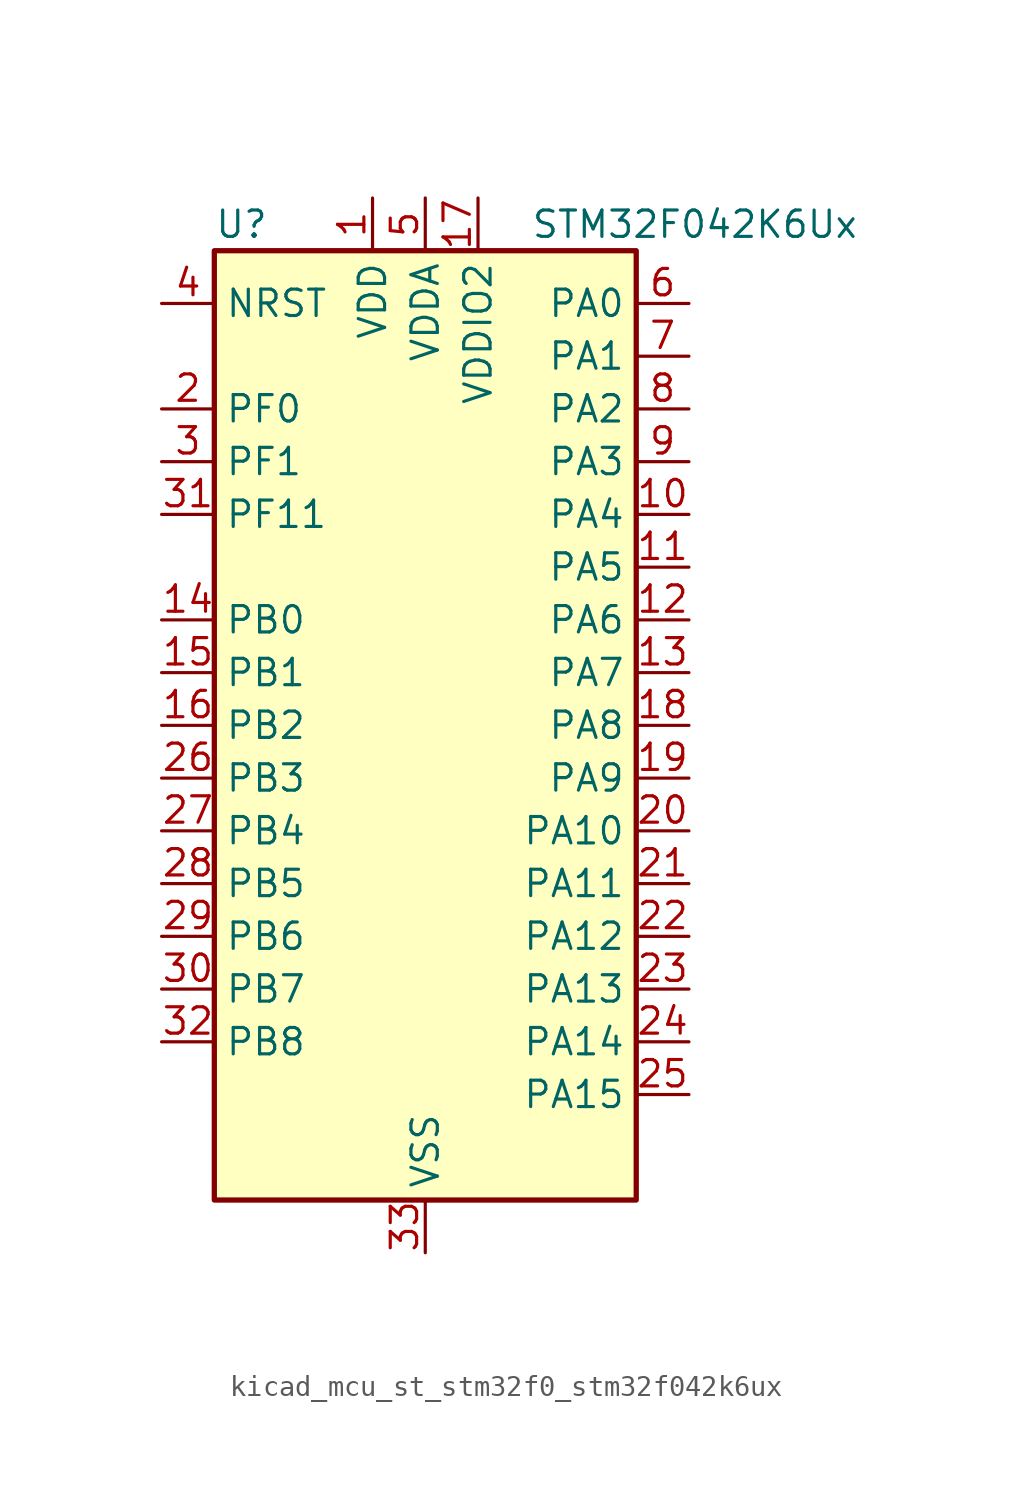
<source format=kicad_sym>
(kicad_symbol_lib
  (version 20220914)
  (generator kicad_symbol_editor)
  (symbol "kicad_mcu_st_stm32f0_stm32f042k6ux"
    (property "Reference" "U"
      (at -10.16 24.13 0)
      (effects (font (size 1.27 1.27)) (justify left)))
    (property "Value" "STM32F042K6Ux"
      (at 5.08 24.13 0)
      (effects (font (size 1.27 1.27)) (justify left)))
    (property "ki_locked" ""
      (at 0 0 0)
      (effects (font (size 1.27 1.27))))
    (symbol "kicad_mcu_st_stm32f0_stm32f042k6ux_0_1"
      (rectangle (start -10.16 -22.86) (end 10.16 22.86) (stroke (width 0.254) (type default)) (fill (type background))))
    (symbol "kicad_mcu_st_stm32f0_stm32f042k6ux_1_1"
      (pin power_in line (at -2.54 25.4 270) (length 2.54) (name "VDD" (effects (font (size 1.27 1.27)))) (number "1" (effects (font (size 1.27 1.27)))))
      (pin bidirectional line (at 12.7 10.16 180) (length 2.54) (name "PA4" (effects (font (size 1.27 1.27)))) (number "10" (effects (font (size 1.27 1.27)))) (alternate "ADC_IN4" bidirectional line) (alternate "I2S1_WS" bidirectional line) (alternate "SPI1_NSS" bidirectional line) (alternate "TIM14_CH1" bidirectional line) (alternate "TSC_G2_IO1" bidirectional line) (alternate "USART2_CK" bidirectional line) (alternate "USB_NOE" bidirectional line))
      (pin bidirectional line (at 12.7 7.62 180) (length 2.54) (name "PA5" (effects (font (size 1.27 1.27)))) (number "11" (effects (font (size 1.27 1.27)))) (alternate "ADC_IN5" bidirectional line) (alternate "CEC" bidirectional line) (alternate "I2S1_CK" bidirectional line) (alternate "SPI1_SCK" bidirectional line) (alternate "TIM2_CH1" bidirectional line) (alternate "TIM2_ETR" bidirectional line) (alternate "TSC_G2_IO2" bidirectional line))
      (pin bidirectional line (at 12.7 5.08 180) (length 2.54) (name "PA6" (effects (font (size 1.27 1.27)))) (number "12" (effects (font (size 1.27 1.27)))) (alternate "ADC_IN6" bidirectional line) (alternate "I2S1_MCK" bidirectional line) (alternate "SPI1_MISO" bidirectional line) (alternate "TIM16_CH1" bidirectional line) (alternate "TIM1_BKIN" bidirectional line) (alternate "TIM3_CH1" bidirectional line) (alternate "TSC_G2_IO3" bidirectional line))
      (pin bidirectional line (at 12.7 2.54 180) (length 2.54) (name "PA7" (effects (font (size 1.27 1.27)))) (number "13" (effects (font (size 1.27 1.27)))) (alternate "ADC_IN7" bidirectional line) (alternate "I2S1_SD" bidirectional line) (alternate "SPI1_MOSI" bidirectional line) (alternate "TIM14_CH1" bidirectional line) (alternate "TIM17_CH1" bidirectional line) (alternate "TIM1_CH1N" bidirectional line) (alternate "TIM3_CH2" bidirectional line) (alternate "TSC_G2_IO4" bidirectional line))
      (pin bidirectional line (at -12.7 5.08 0) (length 2.54) (name "PB0" (effects (font (size 1.27 1.27)))) (number "14" (effects (font (size 1.27 1.27)))) (alternate "ADC_IN8" bidirectional line) (alternate "TIM1_CH2N" bidirectional line) (alternate "TIM3_CH3" bidirectional line) (alternate "TSC_G3_IO2" bidirectional line))
      (pin bidirectional line (at -12.7 2.54 0) (length 2.54) (name "PB1" (effects (font (size 1.27 1.27)))) (number "15" (effects (font (size 1.27 1.27)))) (alternate "ADC_IN9" bidirectional line) (alternate "TIM14_CH1" bidirectional line) (alternate "TIM1_CH3N" bidirectional line) (alternate "TIM3_CH4" bidirectional line) (alternate "TSC_G3_IO3" bidirectional line))
      (pin bidirectional line (at -12.7 0 0) (length 2.54) (name "PB2" (effects (font (size 1.27 1.27)))) (number "16" (effects (font (size 1.27 1.27)))) (alternate "TSC_G3_IO4" bidirectional line))
      (pin power_in line (at 2.54 25.4 270) (length 2.54) (name "VDDIO2" (effects (font (size 1.27 1.27)))) (number "17" (effects (font (size 1.27 1.27)))))
      (pin bidirectional line (at 12.7 0 180) (length 2.54) (name "PA8" (effects (font (size 1.27 1.27)))) (number "18" (effects (font (size 1.27 1.27)))) (alternate "CRS_SYNC" bidirectional line) (alternate "RCC_MCO" bidirectional line) (alternate "TIM1_CH1" bidirectional line) (alternate "USART1_CK" bidirectional line))
      (pin bidirectional line (at 12.7 -2.54 180) (length 2.54) (name "PA9" (effects (font (size 1.27 1.27)))) (number "19" (effects (font (size 1.27 1.27)))) (alternate "I2C1_SCL" bidirectional line) (alternate "TIM1_CH2" bidirectional line) (alternate "TSC_G4_IO1" bidirectional line) (alternate "USART1_TX" bidirectional line))
      (pin bidirectional line (at -12.7 15.24 0) (length 2.54) (name "PF0" (effects (font (size 1.27 1.27)))) (number "2" (effects (font (size 1.27 1.27)))) (alternate "CRS_SYNC" bidirectional line) (alternate "I2C1_SDA" bidirectional line) (alternate "RCC_OSC_IN" bidirectional line))
      (pin bidirectional line (at 12.7 -5.08 180) (length 2.54) (name "PA10" (effects (font (size 1.27 1.27)))) (number "20" (effects (font (size 1.27 1.27)))) (alternate "I2C1_SDA" bidirectional line) (alternate "TIM17_BKIN" bidirectional line) (alternate "TIM1_CH3" bidirectional line) (alternate "TSC_G4_IO2" bidirectional line) (alternate "USART1_RX" bidirectional line))
      (pin bidirectional line (at 12.7 -7.62 180) (length 2.54) (name "PA11" (effects (font (size 1.27 1.27)))) (number "21" (effects (font (size 1.27 1.27)))) (alternate "CAN_RX" bidirectional line) (alternate "I2C1_SCL" bidirectional line) (alternate "TIM1_CH4" bidirectional line) (alternate "TSC_G4_IO3" bidirectional line) (alternate "USART1_CTS" bidirectional line) (alternate "USB_DM" bidirectional line))
      (pin bidirectional line (at 12.7 -10.16 180) (length 2.54) (name "PA12" (effects (font (size 1.27 1.27)))) (number "22" (effects (font (size 1.27 1.27)))) (alternate "CAN_TX" bidirectional line) (alternate "I2C1_SDA" bidirectional line) (alternate "TIM1_ETR" bidirectional line) (alternate "TSC_G4_IO4" bidirectional line) (alternate "USART1_DE" bidirectional line) (alternate "USART1_RTS" bidirectional line) (alternate "USB_DP" bidirectional line))
      (pin bidirectional line (at 12.7 -12.7 180) (length 2.54) (name "PA13" (effects (font (size 1.27 1.27)))) (number "23" (effects (font (size 1.27 1.27)))) (alternate "IR_OUT" bidirectional line) (alternate "SYS_SWDIO" bidirectional line) (alternate "USB_NOE" bidirectional line))
      (pin bidirectional line (at 12.7 -15.24 180) (length 2.54) (name "PA14" (effects (font (size 1.27 1.27)))) (number "24" (effects (font (size 1.27 1.27)))) (alternate "SYS_SWCLK" bidirectional line) (alternate "USART2_TX" bidirectional line))
      (pin bidirectional line (at 12.7 -17.78 180) (length 2.54) (name "PA15" (effects (font (size 1.27 1.27)))) (number "25" (effects (font (size 1.27 1.27)))) (alternate "I2S1_WS" bidirectional line) (alternate "SPI1_NSS" bidirectional line) (alternate "TIM2_CH1" bidirectional line) (alternate "TIM2_ETR" bidirectional line) (alternate "USART2_RX" bidirectional line) (alternate "USB_NOE" bidirectional line))
      (pin bidirectional line (at -12.7 -2.54 0) (length 2.54) (name "PB3" (effects (font (size 1.27 1.27)))) (number "26" (effects (font (size 1.27 1.27)))) (alternate "I2S1_CK" bidirectional line) (alternate "SPI1_SCK" bidirectional line) (alternate "TIM2_CH2" bidirectional line) (alternate "TSC_G5_IO1" bidirectional line))
      (pin bidirectional line (at -12.7 -5.08 0) (length 2.54) (name "PB4" (effects (font (size 1.27 1.27)))) (number "27" (effects (font (size 1.27 1.27)))) (alternate "I2S1_MCK" bidirectional line) (alternate "SPI1_MISO" bidirectional line) (alternate "TIM17_BKIN" bidirectional line) (alternate "TIM3_CH1" bidirectional line) (alternate "TSC_G5_IO2" bidirectional line))
      (pin bidirectional line (at -12.7 -7.62 0) (length 2.54) (name "PB5" (effects (font (size 1.27 1.27)))) (number "28" (effects (font (size 1.27 1.27)))) (alternate "I2C1_SMBA" bidirectional line) (alternate "I2S1_SD" bidirectional line) (alternate "SPI1_MOSI" bidirectional line) (alternate "SYS_WKUP6" bidirectional line) (alternate "TIM16_BKIN" bidirectional line) (alternate "TIM3_CH2" bidirectional line))
      (pin bidirectional line (at -12.7 -10.16 0) (length 2.54) (name "PB6" (effects (font (size 1.27 1.27)))) (number "29" (effects (font (size 1.27 1.27)))) (alternate "I2C1_SCL" bidirectional line) (alternate "TIM16_CH1N" bidirectional line) (alternate "TSC_G5_IO3" bidirectional line) (alternate "USART1_TX" bidirectional line))
      (pin bidirectional line (at -12.7 12.7 0) (length 2.54) (name "PF1" (effects (font (size 1.27 1.27)))) (number "3" (effects (font (size 1.27 1.27)))) (alternate "I2C1_SCL" bidirectional line) (alternate "RCC_OSC_OUT" bidirectional line))
      (pin bidirectional line (at -12.7 -12.7 0) (length 2.54) (name "PB7" (effects (font (size 1.27 1.27)))) (number "30" (effects (font (size 1.27 1.27)))) (alternate "I2C1_SDA" bidirectional line) (alternate "TIM17_CH1N" bidirectional line) (alternate "TSC_G5_IO4" bidirectional line) (alternate "USART1_RX" bidirectional line))
      (pin bidirectional line (at -12.7 10.16 0) (length 2.54) (name "PF11" (effects (font (size 1.27 1.27)))) (number "31" (effects (font (size 1.27 1.27)))))
      (pin bidirectional line (at -12.7 -15.24 0) (length 2.54) (name "PB8" (effects (font (size 1.27 1.27)))) (number "32" (effects (font (size 1.27 1.27)))) (alternate "CAN_RX" bidirectional line) (alternate "CEC" bidirectional line) (alternate "I2C1_SCL" bidirectional line) (alternate "TIM16_CH1" bidirectional line) (alternate "TSC_SYNC" bidirectional line))
      (pin power_in line (at 0 -25.4 90) (length 2.54) (name "VSS" (effects (font (size 1.27 1.27)))) (number "33" (effects (font (size 1.27 1.27)))))
      (pin input line (at -12.7 20.32 0) (length 2.54) (name "NRST" (effects (font (size 1.27 1.27)))) (number "4" (effects (font (size 1.27 1.27)))))
      (pin power_in line (at 0 25.4 270) (length 2.54) (name "VDDA" (effects (font (size 1.27 1.27)))) (number "5" (effects (font (size 1.27 1.27)))))
      (pin bidirectional line (at 12.7 20.32 180) (length 2.54) (name "PA0" (effects (font (size 1.27 1.27)))) (number "6" (effects (font (size 1.27 1.27)))) (alternate "ADC_IN0" bidirectional line) (alternate "RTC_TAMP2" bidirectional line) (alternate "SYS_WKUP1" bidirectional line) (alternate "TIM2_CH1" bidirectional line) (alternate "TIM2_ETR" bidirectional line) (alternate "TSC_G1_IO1" bidirectional line) (alternate "USART2_CTS" bidirectional line))
      (pin bidirectional line (at 12.7 17.78 180) (length 2.54) (name "PA1" (effects (font (size 1.27 1.27)))) (number "7" (effects (font (size 1.27 1.27)))) (alternate "ADC_IN1" bidirectional line) (alternate "TIM2_CH2" bidirectional line) (alternate "TSC_G1_IO2" bidirectional line) (alternate "USART2_DE" bidirectional line) (alternate "USART2_RTS" bidirectional line))
      (pin bidirectional line (at 12.7 15.24 180) (length 2.54) (name "PA2" (effects (font (size 1.27 1.27)))) (number "8" (effects (font (size 1.27 1.27)))) (alternate "ADC_IN2" bidirectional line) (alternate "SYS_WKUP4" bidirectional line) (alternate "TIM2_CH3" bidirectional line) (alternate "TSC_G1_IO3" bidirectional line) (alternate "USART2_TX" bidirectional line))
      (pin bidirectional line (at 12.7 12.7 180) (length 2.54) (name "PA3" (effects (font (size 1.27 1.27)))) (number "9" (effects (font (size 1.27 1.27)))) (alternate "ADC_IN3" bidirectional line) (alternate "TIM2_CH4" bidirectional line) (alternate "TSC_G1_IO4" bidirectional line) (alternate "USART2_RX" bidirectional line)))))
</source>
